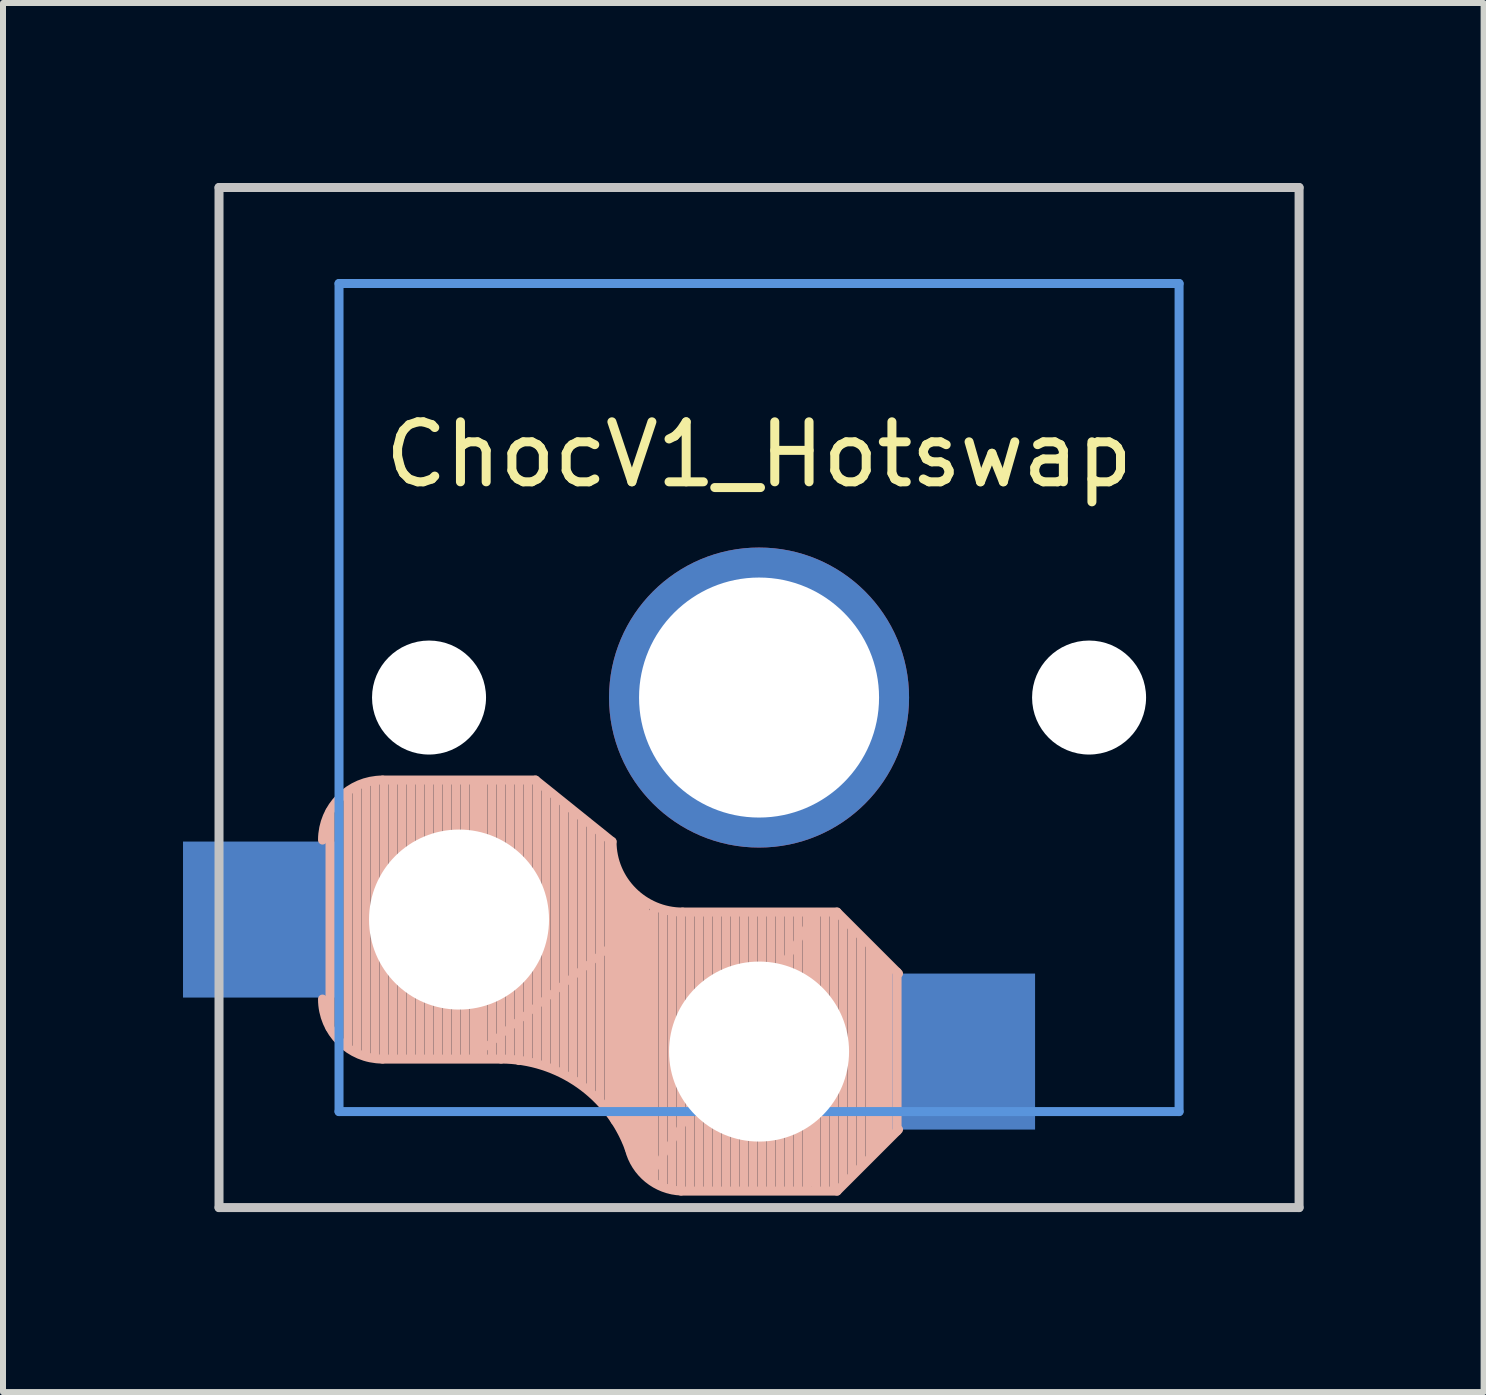
<source format=kicad_pcb>
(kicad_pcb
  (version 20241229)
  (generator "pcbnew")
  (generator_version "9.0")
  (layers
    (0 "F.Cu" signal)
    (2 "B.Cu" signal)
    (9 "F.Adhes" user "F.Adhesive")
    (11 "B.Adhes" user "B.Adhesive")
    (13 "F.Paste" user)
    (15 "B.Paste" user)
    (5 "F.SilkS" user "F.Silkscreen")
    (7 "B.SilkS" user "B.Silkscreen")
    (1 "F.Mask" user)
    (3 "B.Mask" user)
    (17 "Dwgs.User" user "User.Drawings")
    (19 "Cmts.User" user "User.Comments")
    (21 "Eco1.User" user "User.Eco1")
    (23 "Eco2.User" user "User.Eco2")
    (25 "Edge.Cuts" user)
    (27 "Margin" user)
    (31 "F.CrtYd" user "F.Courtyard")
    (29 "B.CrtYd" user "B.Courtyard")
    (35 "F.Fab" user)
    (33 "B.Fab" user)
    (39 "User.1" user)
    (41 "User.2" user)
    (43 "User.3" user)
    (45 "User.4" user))
  (footprint "ChocV1_Hotswap"
    (layer "F.Cu")
    (at 9.6 8.575)
    (property "Reference" "ChocV1_Hotswap" (at 0 -4.05 0) (layer "F.SilkS") (effects (font (size 1 1) (thickness 0.15))))
    (attr through_hole)
    (fp_line (start -7.15 5.5) (end -7.15 1.9) (stroke (width 0.15) (type solid)) (layer "B.SilkS"))
    (fp_line (start -7 5.7) (end -7 1.7) (stroke (width 0.15) (type solid)) (layer "B.SilkS"))
    (fp_line (start -6.85 5.8) (end -6.85 1.6) (stroke (width 0.15) (type solid)) (layer "B.SilkS"))
    (fp_line (start -6.7 5.9) (end -6.7 1.5) (stroke (width 0.15) (type solid)) (layer "B.SilkS"))
    (fp_line (start -6.55 5.95) (end -6.55 1.45) (stroke (width 0.15) (type solid)) (layer "B.SilkS"))
    (fp_line (start -6.4 6) (end -6.4 1.45) (stroke (width 0.15) (type solid)) (layer "B.SilkS"))
    (fp_line (start -6.25 6) (end -6.25 1.4) (stroke (width 0.15) (type solid)) (layer "B.SilkS"))
    (fp_line (start -6.1 6) (end -6.1 1.4) (stroke (width 0.15) (type solid)) (layer "B.SilkS"))
    (fp_line (start -5.95 6) (end -5.95 1.4) (stroke (width 0.15) (type solid)) (layer "B.SilkS"))
    (fp_line (start -5.8 6) (end -5.8 1.4) (stroke (width 0.15) (type solid)) (layer "B.SilkS"))
    (fp_line (start -5.65 6) (end -5.65 1.4) (stroke (width 0.15) (type solid)) (layer "B.SilkS"))
    (fp_line (start -5.5 6) (end -5.5 1.4) (stroke (width 0.15) (type solid)) (layer "B.SilkS"))
    (fp_line (start -5.35 6) (end -5.35 1.4) (stroke (width 0.15) (type solid)) (layer "B.SilkS"))
    (fp_line (start -5.2 6) (end -5.2 1.4) (stroke (width 0.15) (type solid)) (layer "B.SilkS"))
    (fp_line (start -5.05 6) (end -5.05 1.4) (stroke (width 0.15) (type solid)) (layer "B.SilkS"))
    (fp_line (start -4.9 6) (end -4.9 1.4) (stroke (width 0.15) (type solid)) (layer "B.SilkS"))
    (fp_line (start -4.75 6) (end -4.75 1.4) (stroke (width 0.15) (type solid)) (layer "B.SilkS"))
    (fp_line (start -4.65 5.9) (end -4.65 1.4) (stroke (width 0.12) (type solid)) (layer "B.SilkS"))
    (fp_line (start -4.6 6) (end -4.6 1.4) (stroke (width 0.15) (type solid)) (layer "B.SilkS"))
    (fp_line (start -4.45 6) (end -4.45 1.4) (stroke (width 0.15) (type solid)) (layer "B.SilkS"))
    (fp_line (start -4.3 6) (end -4.3 1.4) (stroke (width 0.15) (type solid)) (layer "B.SilkS"))
    (fp_line (start -4.3 6.025) (end -6.275 6.025) (stroke (width 0.15) (type solid)) (layer "B.SilkS"))
    (fp_line (start -4.15 6) (end -4.15 1.45) (stroke (width 0.15) (type solid)) (layer "B.SilkS"))
    (fp_line (start -4 6.05) (end -4 1.4) (stroke (width 0.15) (type solid)) (layer "B.SilkS"))
    (fp_line (start -3.85 6.05) (end -3.85 1.4) (stroke (width 0.15) (type solid)) (layer "B.SilkS"))
    (fp_line (start -3.725 1.375) (end -6.275 1.375) (stroke (width 0.15) (type solid)) (layer "B.SilkS"))
    (fp_line (start -3.725 1.375) (end -2.45 2.4) (stroke (width 0.15) (type solid)) (layer "B.SilkS"))
    (fp_line (start -3.7 6.05) (end -3.7 1.45) (stroke (width 0.15) (type solid)) (layer "B.SilkS"))
    (fp_line (start -3.55 6.1) (end -3.55 1.55) (stroke (width 0.15) (type solid)) (layer "B.SilkS"))
    (fp_line (start -3.4 6.2) (end -3.4 1.65) (stroke (width 0.15) (type solid)) (layer "B.SilkS"))
    (fp_line (start -3.25 6.25) (end -3.25 1.8) (stroke (width 0.15) (type solid)) (layer "B.SilkS"))
    (fp_line (start -3.1 6.35) (end -3.1 1.9) (stroke (width 0.15) (type solid)) (layer "B.SilkS"))
    (fp_line (start -2.95 6.45) (end -2.95 2.05) (stroke (width 0.15) (type solid)) (layer "B.SilkS"))
    (fp_line (start -2.8 6.55) (end -2.8 2.15) (stroke (width 0.15) (type solid)) (layer "B.SilkS"))
    (fp_line (start -2.65 6.7) (end -2.65 2.25) (stroke (width 0.15) (type solid)) (layer "B.SilkS"))
    (fp_line (start -2.5 6.85) (end -2.5 2.4) (stroke (width 0.15) (type solid)) (layer "B.SilkS"))
    (fp_line (start -2.4 7.05) (end -2.4 2.9) (stroke (width 0.15) (type solid)) (layer "B.SilkS"))
    (fp_line (start -2.3 7.2) (end -2.3 3.05) (stroke (width 0.15) (type solid)) (layer "B.SilkS"))
    (fp_line (start -2.2 7.4) (end -2.2 3.25) (stroke (width 0.15) (type solid)) (layer "B.SilkS"))
    (fp_line (start -2.1 7.55) (end -2.1 3.35) (stroke (width 0.15) (type solid)) (layer "B.SilkS"))
    (fp_line (start -2 7.8) (end -2 3.4) (stroke (width 0.15) (type solid)) (layer "B.SilkS"))
    (fp_line (start -1.9 7.95) (end -1.9 3.45) (stroke (width 0.15) (type solid)) (layer "B.SilkS"))
    (fp_line (start -1.8 3.6) (end -4.65 5.9) (stroke (width 0.12) (type solid)) (layer "B.SilkS"))
    (fp_line (start -1.8 7.95) (end -1.8 3.6) (stroke (width 0.12) (type solid)) (layer "B.SilkS"))
    (fp_line (start -1.75 8.05) (end -1.75 3.5) (stroke (width 0.15) (type solid)) (layer "B.SilkS"))
    (fp_line (start -1.6 8.15) (end -1.6 3.6) (stroke (width 0.15) (type solid)) (layer "B.SilkS"))
    (fp_line (start -1.45 8.2) (end -1.45 3.6) (stroke (width 0.15) (type solid)) (layer "B.SilkS"))
    (fp_line (start -1.3 8.2) (end -1.3 3.6) (stroke (width 0.15) (type solid)) (layer "B.SilkS"))
    (fp_line (start -1.15 8.2) (end -1.15 3.65) (stroke (width 0.15) (type solid)) (layer "B.SilkS"))
    (fp_line (start -1 8.2) (end -1 3.6) (stroke (width 0.15) (type solid)) (layer "B.SilkS"))
    (fp_line (start -0.85 8.2) (end -0.85 3.6) (stroke (width 0.15) (type solid)) (layer "B.SilkS"))
    (fp_line (start -0.7 8.2) (end -0.7 3.6) (stroke (width 0.15) (type solid)) (layer "B.SilkS"))
    (fp_line (start -0.55 8.2) (end -0.55 3.6) (stroke (width 0.15) (type solid)) (layer "B.SilkS"))
    (fp_line (start -0.4 8.2) (end -0.4 3.6) (stroke (width 0.15) (type solid)) (layer "B.SilkS"))
    (fp_line (start -0.25 8.2) (end -0.25 3.6) (stroke (width 0.15) (type solid)) (layer "B.SilkS"))
    (fp_line (start -0.1 8.2) (end -0.1 3.6) (stroke (width 0.15) (type solid)) (layer "B.SilkS"))
    (fp_line (start 0.05 8.2) (end 0.05 3.6) (stroke (width 0.15) (type solid)) (layer "B.SilkS"))
    (fp_line (start 0.2 8.2) (end 0.2 3.6) (stroke (width 0.15) (type solid)) (layer "B.SilkS"))
    (fp_line (start 0.35 8.2) (end 0.35 3.6) (stroke (width 0.15) (type solid)) (layer "B.SilkS"))
    (fp_line (start 0.5 8.2) (end 0.5 3.6) (stroke (width 0.15) (type solid)) (layer "B.SilkS"))
    (fp_line (start 0.65 8.2) (end 0.65 3.6) (stroke (width 0.15) (type solid)) (layer "B.SilkS"))
    (fp_line (start 0.8 8.2) (end 0.8 3.6) (stroke (width 0.15) (type solid)) (layer "B.SilkS"))
    (fp_line (start 0.9 3.65) (end -1.8 7.95) (stroke (width 0.12) (type solid)) (layer "B.SilkS"))
    (fp_line (start 0.9 8.1) (end 0.9 3.65) (stroke (width 0.12) (type solid)) (layer "B.SilkS"))
    (fp_line (start 0.95 8.2) (end 0.95 3.6) (stroke (width 0.15) (type solid)) (layer "B.SilkS"))
    (fp_line (start 1.1 8.2) (end 1.1 3.6) (stroke (width 0.15) (type solid)) (layer "B.SilkS"))
    (fp_line (start 1.25 8.2) (end 1.25 3.6) (stroke (width 0.15) (type solid)) (layer "B.SilkS"))
    (fp_line (start 1.3 3.575) (end -1.275 3.575) (stroke (width 0.15) (type solid)) (layer "B.SilkS"))
    (fp_line (start 1.3 3.575) (end 2.325 4.6) (stroke (width 0.15) (type solid)) (layer "B.SilkS"))
    (fp_line (start 1.3 8.225) (end -1.3 8.225) (stroke (width 0.15) (type solid)) (layer "B.SilkS"))
    (fp_line (start 1.3 8.225) (end 2.325 7.2) (stroke (width 0.15) (type solid)) (layer "B.SilkS"))
    (fp_line (start 1.4 8.1) (end 1.4 3.7) (stroke (width 0.15) (type solid)) (layer "B.SilkS"))
    (fp_line (start 1.55 7.95) (end 1.55 3.85) (stroke (width 0.15) (type solid)) (layer "B.SilkS"))
    (fp_line (start 1.7 7.8) (end 1.7 4) (stroke (width 0.15) (type solid)) (layer "B.SilkS"))
    (fp_line (start 1.85 7.65) (end 1.85 4.15) (stroke (width 0.15) (type solid)) (layer "B.SilkS"))
    (fp_line (start 1.95 7.55) (end 1.95 4.25) (stroke (width 0.15) (type solid)) (layer "B.SilkS"))
    (fp_line (start 2.05 7.45) (end 2.05 4.35) (stroke (width 0.15) (type solid)) (layer "B.SilkS"))
    (fp_line (start 2.15 7.35) (end 2.15 4.45) (stroke (width 0.15) (type solid)) (layer "B.SilkS"))
    (fp_line (start 2.3 4.575) (end 2.3 7.225) (stroke (width 0.15) (type solid)) (layer "B.SilkS"))
    (fp_arc (start -7.275 2.375) (mid -6.982107 1.667893) (end -6.275 1.375) (stroke (width 0.15) (type solid)) (layer "B.SilkS"))
    (fp_arc (start -6.275 6.025) (mid -6.982107 5.732107) (end -7.275 5.025) (stroke (width 0.15) (type solid)) (layer "B.SilkS"))
    (fp_arc (start -4.3 6.025) (mid -2.995114 6.436429) (end -2.162199 7.521904) (stroke (width 0.15) (type solid)) (layer "B.SilkS"))
    (fp_arc (start -1.300995 8.223791) (mid -1.848284 8.016021) (end -2.162199 7.521904) (stroke (width 0.15) (type solid)) (layer "B.SilkS"))
    (fp_arc (start -1.275 3.575) (mid -2.10585 3.23085) (end -2.45 2.4) (stroke (width 0.15) (type solid)) (layer "B.SilkS"))
    (fp_line (start -9 -8.5) (end -9 8.5) (stroke (width 0.15) (type solid)) (layer "Dwgs.User"))
    (fp_line (start -9 -8.5) (end 9 -8.5) (stroke (width 0.15) (type solid)) (layer "Dwgs.User"))
    (fp_line (start -9 8.5) (end 9 8.5) (stroke (width 0.15) (type solid)) (layer "Dwgs.User"))
    (fp_line (start 9 8.5) (end 9 -8.5) (stroke (width 0.15) (type solid)) (layer "Dwgs.User"))
    (fp_line (start -7 -6.9) (end -7 6.9) (stroke (width 0.15) (type solid)) (layer "Cmts.User"))
    (fp_line (start -7 -6.9) (end 7 -6.9) (stroke (width 0.15) (type solid)) (layer "Cmts.User"))
    (fp_line (start 7 -6.9) (end 7 6.9) (stroke (width 0.15) (type solid)) (layer "Cmts.User"))
    (fp_line (start 7 6.9) (end -7 6.9) (stroke (width 0.15) (type solid)) (layer "Cmts.User"))
    (fp_line (start -7.5 -7.5) (end -7.5 7.5) (stroke (width 0.15) (type solid)) (layer "Eco2.User"))
    (fp_line (start -7.5 -7.5) (end 7.5 -7.5) (stroke (width 0.15) (type solid)) (layer "Eco2.User"))
    (fp_line (start -7.5 7.5) (end 7.5 7.5) (stroke (width 0.15) (type solid)) (layer "Eco2.User"))
    (fp_line (start 7.5 7.5) (end 7.5 -7.5) (stroke (width 0.15) (type solid)) (layer "Eco2.User"))
    (pad "" np_thru_hole circle (at -5.5 0 90) (size 1.9 1.9) (drill 1.9) (layers "*.Cu"))
    (pad "" np_thru_hole circle (at -5 3.7 90) (size 3 3) (drill 3) (layers "*.Cu" "*.Mask"))
    (pad "" np_thru_hole circle (at 0 0 90) (size 5 5) (drill 4) (layers "*.Cu"))
    (pad "" np_thru_hole circle (at 0 5.9 90) (size 3 3) (drill 3) (layers "*.Cu" "*.Mask"))
    (pad "" np_thru_hole circle (at 5.5 0 90) (size 1.9 1.9) (drill 1.9) (layers "*.Cu"))
    (pad "1" smd rect (at -8.3 3.7 180) (size 2.6 2.6) (layers "B.Cu" "B.Mask" "B.Paste"))
    (pad "2" smd rect (at 3.3 5.9 180) (size 2.6 2.6) (layers "B.Cu" "B.Mask" "B.Paste")))
  (gr_rect
    (start -3 -3)
    (end 21.675 20.15)
    (stroke (width 0.1) (type default))
    (fill no)
    (layer "Edge.Cuts")))
</source>
